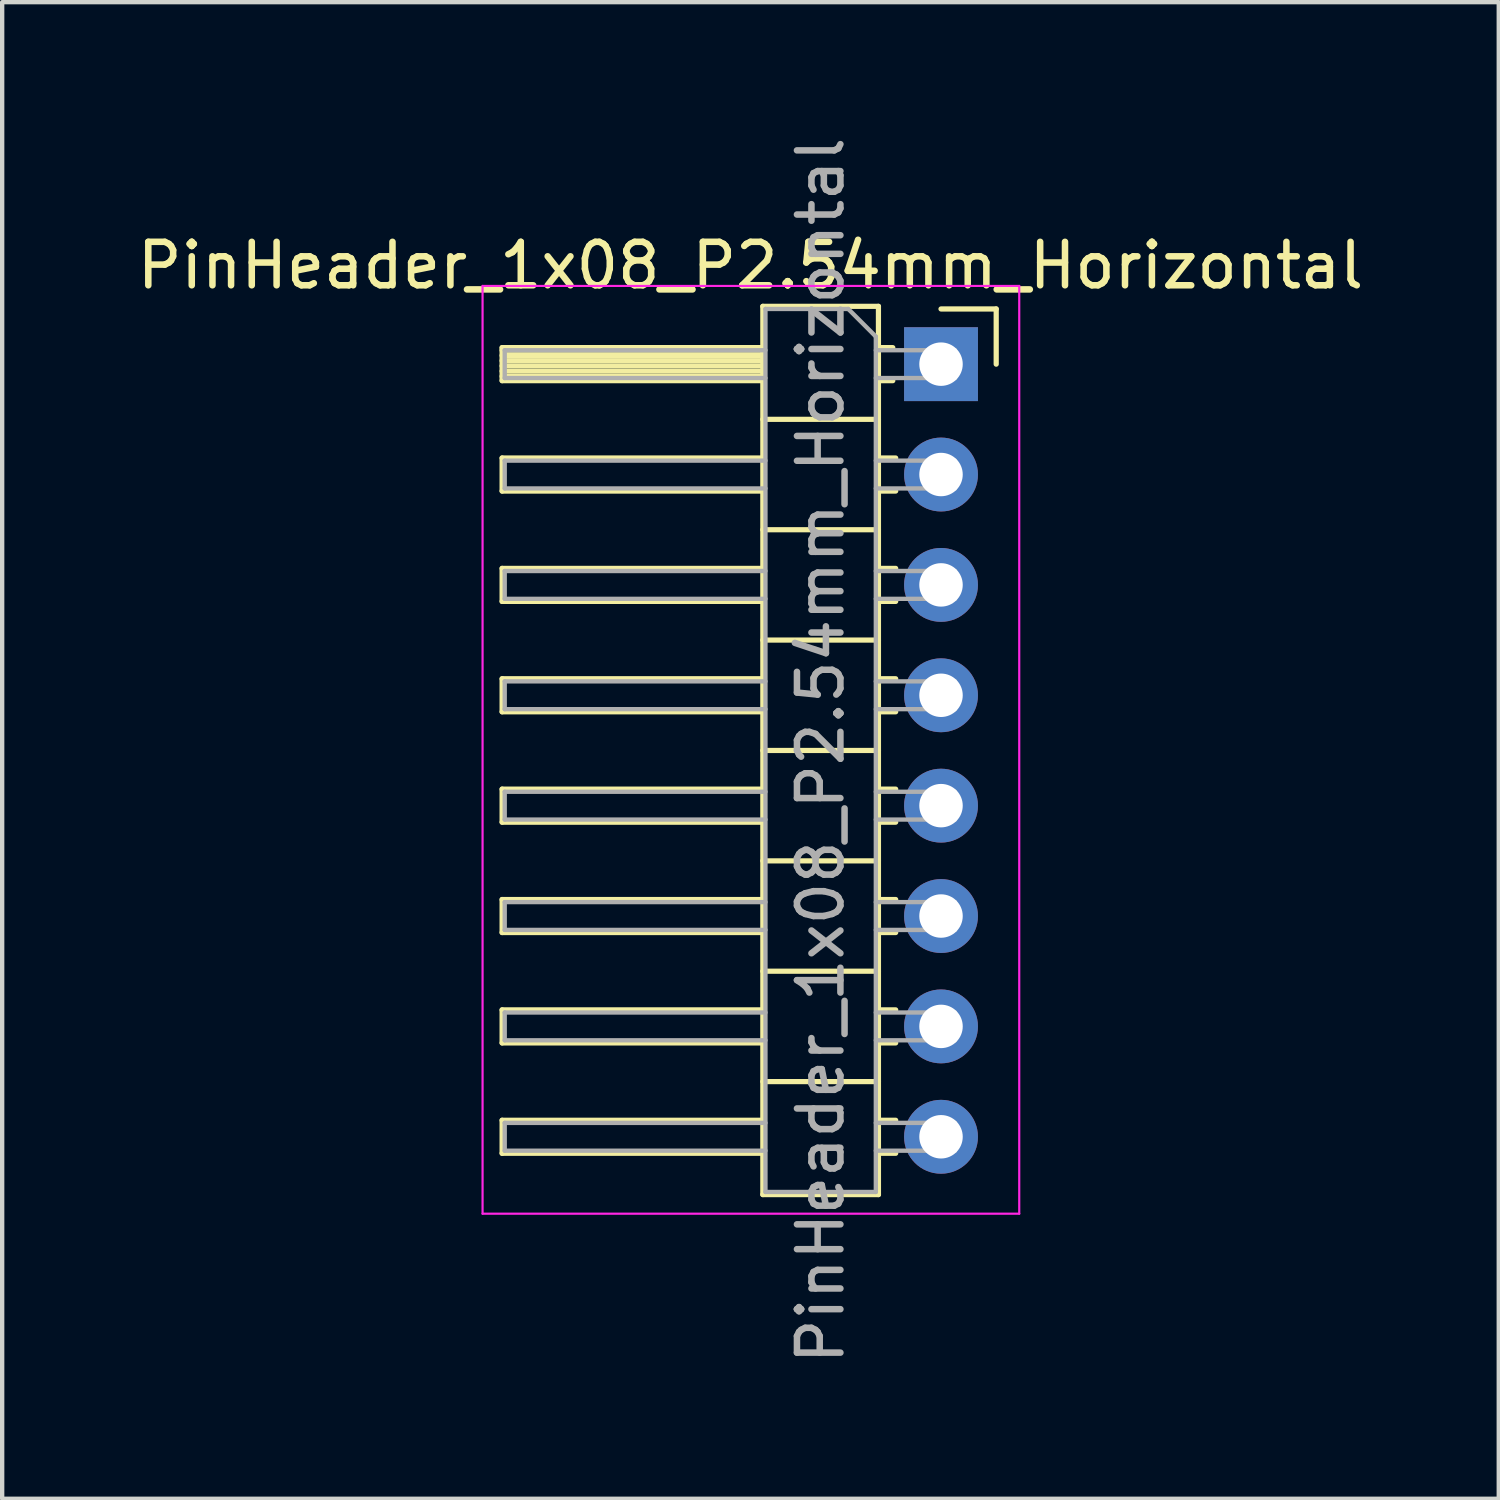
<source format=kicad_pcb>
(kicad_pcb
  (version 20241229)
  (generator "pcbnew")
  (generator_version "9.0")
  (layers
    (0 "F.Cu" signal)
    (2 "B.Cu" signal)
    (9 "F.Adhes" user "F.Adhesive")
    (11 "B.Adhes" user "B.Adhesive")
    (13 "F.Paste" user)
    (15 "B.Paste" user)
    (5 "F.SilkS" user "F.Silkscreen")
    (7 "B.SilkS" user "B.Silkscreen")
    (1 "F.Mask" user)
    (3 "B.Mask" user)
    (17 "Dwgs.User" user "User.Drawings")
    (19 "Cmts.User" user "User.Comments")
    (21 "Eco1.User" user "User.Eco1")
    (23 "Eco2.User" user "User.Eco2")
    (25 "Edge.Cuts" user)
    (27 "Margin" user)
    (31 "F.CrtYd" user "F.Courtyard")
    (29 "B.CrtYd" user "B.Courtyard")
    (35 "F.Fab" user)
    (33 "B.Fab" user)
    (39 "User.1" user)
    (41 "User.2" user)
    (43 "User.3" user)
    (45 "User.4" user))
  (footprint "PinHeader_1x08_P2.54mm_Horizontal"
    (layer "F.Cu")
    (at 18.605 5.33)
    (property "Reference" "PinHeader_1x08_P2.54mm_Horizontal" (at -4.385 -2.27 0) (layer "F.SilkS") (effects (font (size 1 1) (thickness 0.15))))
    (attr through_hole)
    (fp_line (start -10.1 -0.38) (end -10.1 0.38) (stroke (width 0.12) (type solid)) (layer "F.SilkS"))
    (fp_line (start -10.1 0.38) (end -4.1 0.38) (stroke (width 0.12) (type solid)) (layer "F.SilkS"))
    (fp_line (start -10.1 2.16) (end -10.1 2.92) (stroke (width 0.12) (type solid)) (layer "F.SilkS"))
    (fp_line (start -10.1 2.92) (end -4.1 2.92) (stroke (width 0.12) (type solid)) (layer "F.SilkS"))
    (fp_line (start -10.1 4.7) (end -10.1 5.46) (stroke (width 0.12) (type solid)) (layer "F.SilkS"))
    (fp_line (start -10.1 5.46) (end -4.1 5.46) (stroke (width 0.12) (type solid)) (layer "F.SilkS"))
    (fp_line (start -10.1 7.24) (end -10.1 8) (stroke (width 0.12) (type solid)) (layer "F.SilkS"))
    (fp_line (start -10.1 8) (end -4.1 8) (stroke (width 0.12) (type solid)) (layer "F.SilkS"))
    (fp_line (start -10.1 9.78) (end -10.1 10.54) (stroke (width 0.12) (type solid)) (layer "F.SilkS"))
    (fp_line (start -10.1 10.54) (end -4.1 10.54) (stroke (width 0.12) (type solid)) (layer "F.SilkS"))
    (fp_line (start -10.1 12.32) (end -10.1 13.08) (stroke (width 0.12) (type solid)) (layer "F.SilkS"))
    (fp_line (start -10.1 13.08) (end -4.1 13.08) (stroke (width 0.12) (type solid)) (layer "F.SilkS"))
    (fp_line (start -10.1 14.86) (end -10.1 15.62) (stroke (width 0.12) (type solid)) (layer "F.SilkS"))
    (fp_line (start -10.1 15.62) (end -4.1 15.62) (stroke (width 0.12) (type solid)) (layer "F.SilkS"))
    (fp_line (start -10.1 17.4) (end -10.1 18.16) (stroke (width 0.12) (type solid)) (layer "F.SilkS"))
    (fp_line (start -10.1 18.16) (end -4.1 18.16) (stroke (width 0.12) (type solid)) (layer "F.SilkS"))
    (fp_line (start -4.1 -1.33) (end -1.44 -1.33) (stroke (width 0.12) (type solid)) (layer "F.SilkS"))
    (fp_line (start -4.1 -0.38) (end -10.1 -0.38) (stroke (width 0.12) (type solid)) (layer "F.SilkS"))
    (fp_line (start -4.1 -0.32) (end -10.1 -0.32) (stroke (width 0.12) (type solid)) (layer "F.SilkS"))
    (fp_line (start -4.1 -0.2) (end -10.1 -0.2) (stroke (width 0.12) (type solid)) (layer "F.SilkS"))
    (fp_line (start -4.1 -0.08) (end -10.1 -0.08) (stroke (width 0.12) (type solid)) (layer "F.SilkS"))
    (fp_line (start -4.1 0.04) (end -10.1 0.04) (stroke (width 0.12) (type solid)) (layer "F.SilkS"))
    (fp_line (start -4.1 0.16) (end -10.1 0.16) (stroke (width 0.12) (type solid)) (layer "F.SilkS"))
    (fp_line (start -4.1 0.28) (end -10.1 0.28) (stroke (width 0.12) (type solid)) (layer "F.SilkS"))
    (fp_line (start -4.1 2.16) (end -10.1 2.16) (stroke (width 0.12) (type solid)) (layer "F.SilkS"))
    (fp_line (start -4.1 4.7) (end -10.1 4.7) (stroke (width 0.12) (type solid)) (layer "F.SilkS"))
    (fp_line (start -4.1 7.24) (end -10.1 7.24) (stroke (width 0.12) (type solid)) (layer "F.SilkS"))
    (fp_line (start -4.1 9.78) (end -10.1 9.78) (stroke (width 0.12) (type solid)) (layer "F.SilkS"))
    (fp_line (start -4.1 12.32) (end -10.1 12.32) (stroke (width 0.12) (type solid)) (layer "F.SilkS"))
    (fp_line (start -4.1 14.86) (end -10.1 14.86) (stroke (width 0.12) (type solid)) (layer "F.SilkS"))
    (fp_line (start -4.1 17.4) (end -10.1 17.4) (stroke (width 0.12) (type solid)) (layer "F.SilkS"))
    (fp_line (start -4.1 19.11) (end -4.1 -1.33) (stroke (width 0.12) (type solid)) (layer "F.SilkS"))
    (fp_line (start -1.44 -1.33) (end -1.44 19.11) (stroke (width 0.12) (type solid)) (layer "F.SilkS"))
    (fp_line (start -1.44 1.27) (end -4.1 1.27) (stroke (width 0.12) (type solid)) (layer "F.SilkS"))
    (fp_line (start -1.44 3.81) (end -4.1 3.81) (stroke (width 0.12) (type solid)) (layer "F.SilkS"))
    (fp_line (start -1.44 6.35) (end -4.1 6.35) (stroke (width 0.12) (type solid)) (layer "F.SilkS"))
    (fp_line (start -1.44 8.89) (end -4.1 8.89) (stroke (width 0.12) (type solid)) (layer "F.SilkS"))
    (fp_line (start -1.44 11.43) (end -4.1 11.43) (stroke (width 0.12) (type solid)) (layer "F.SilkS"))
    (fp_line (start -1.44 13.97) (end -4.1 13.97) (stroke (width 0.12) (type solid)) (layer "F.SilkS"))
    (fp_line (start -1.44 16.51) (end -4.1 16.51) (stroke (width 0.12) (type solid)) (layer "F.SilkS"))
    (fp_line (start -1.44 19.11) (end -4.1 19.11) (stroke (width 0.12) (type solid)) (layer "F.SilkS"))
    (fp_line (start -1.11 -0.38) (end -1.44 -0.38) (stroke (width 0.12) (type solid)) (layer "F.SilkS"))
    (fp_line (start -1.11 0.38) (end -1.44 0.38) (stroke (width 0.12) (type solid)) (layer "F.SilkS"))
    (fp_line (start -1.043 2.16) (end -1.44 2.16) (stroke (width 0.12) (type solid)) (layer "F.SilkS"))
    (fp_line (start -1.043 2.92) (end -1.44 2.92) (stroke (width 0.12) (type solid)) (layer "F.SilkS"))
    (fp_line (start -1.043 4.7) (end -1.44 4.7) (stroke (width 0.12) (type solid)) (layer "F.SilkS"))
    (fp_line (start -1.043 5.46) (end -1.44 5.46) (stroke (width 0.12) (type solid)) (layer "F.SilkS"))
    (fp_line (start -1.043 7.24) (end -1.44 7.24) (stroke (width 0.12) (type solid)) (layer "F.SilkS"))
    (fp_line (start -1.043 8) (end -1.44 8) (stroke (width 0.12) (type solid)) (layer "F.SilkS"))
    (fp_line (start -1.043 9.78) (end -1.44 9.78) (stroke (width 0.12) (type solid)) (layer "F.SilkS"))
    (fp_line (start -1.043 10.54) (end -1.44 10.54) (stroke (width 0.12) (type solid)) (layer "F.SilkS"))
    (fp_line (start -1.043 12.32) (end -1.44 12.32) (stroke (width 0.12) (type solid)) (layer "F.SilkS"))
    (fp_line (start -1.043 13.08) (end -1.44 13.08) (stroke (width 0.12) (type solid)) (layer "F.SilkS"))
    (fp_line (start -1.043 14.86) (end -1.44 14.86) (stroke (width 0.12) (type solid)) (layer "F.SilkS"))
    (fp_line (start -1.043 15.62) (end -1.44 15.62) (stroke (width 0.12) (type solid)) (layer "F.SilkS"))
    (fp_line (start -1.043 17.4) (end -1.44 17.4) (stroke (width 0.12) (type solid)) (layer "F.SilkS"))
    (fp_line (start -1.043 18.16) (end -1.44 18.16) (stroke (width 0.12) (type solid)) (layer "F.SilkS"))
    (fp_line (start 1.27 -1.27) (end 0 -1.27) (stroke (width 0.12) (type solid)) (layer "F.SilkS"))
    (fp_line (start 1.27 0) (end 1.27 -1.27) (stroke (width 0.12) (type solid)) (layer "F.SilkS"))
    (fp_line (start -10.55 -1.8) (end 1.8 -1.8) (stroke (width 0.05) (type solid)) (layer "F.CrtYd"))
    (fp_line (start -10.55 19.55) (end -10.55 -1.8) (stroke (width 0.05) (type solid)) (layer "F.CrtYd"))
    (fp_line (start 1.8 -1.8) (end 1.8 19.55) (stroke (width 0.05) (type solid)) (layer "F.CrtYd"))
    (fp_line (start 1.8 19.55) (end -10.55 19.55) (stroke (width 0.05) (type solid)) (layer "F.CrtYd"))
    (fp_line (start -10.04 -0.32) (end -10.04 0.32) (stroke (width 0.1) (type solid)) (layer "F.Fab"))
    (fp_line (start -10.04 2.22) (end -10.04 2.86) (stroke (width 0.1) (type solid)) (layer "F.Fab"))
    (fp_line (start -10.04 4.76) (end -10.04 5.4) (stroke (width 0.1) (type solid)) (layer "F.Fab"))
    (fp_line (start -10.04 7.3) (end -10.04 7.94) (stroke (width 0.1) (type solid)) (layer "F.Fab"))
    (fp_line (start -10.04 9.84) (end -10.04 10.48) (stroke (width 0.1) (type solid)) (layer "F.Fab"))
    (fp_line (start -10.04 12.38) (end -10.04 13.02) (stroke (width 0.1) (type solid)) (layer "F.Fab"))
    (fp_line (start -10.04 14.92) (end -10.04 15.56) (stroke (width 0.1) (type solid)) (layer "F.Fab"))
    (fp_line (start -10.04 17.46) (end -10.04 18.1) (stroke (width 0.1) (type solid)) (layer "F.Fab"))
    (fp_line (start -4.04 -1.27) (end -4.04 19.05) (stroke (width 0.1) (type solid)) (layer "F.Fab"))
    (fp_line (start -4.04 -0.32) (end -10.04 -0.32) (stroke (width 0.1) (type solid)) (layer "F.Fab"))
    (fp_line (start -4.04 0.32) (end -10.04 0.32) (stroke (width 0.1) (type solid)) (layer "F.Fab"))
    (fp_line (start -4.04 2.22) (end -10.04 2.22) (stroke (width 0.1) (type solid)) (layer "F.Fab"))
    (fp_line (start -4.04 2.86) (end -10.04 2.86) (stroke (width 0.1) (type solid)) (layer "F.Fab"))
    (fp_line (start -4.04 4.76) (end -10.04 4.76) (stroke (width 0.1) (type solid)) (layer "F.Fab"))
    (fp_line (start -4.04 5.4) (end -10.04 5.4) (stroke (width 0.1) (type solid)) (layer "F.Fab"))
    (fp_line (start -4.04 7.3) (end -10.04 7.3) (stroke (width 0.1) (type solid)) (layer "F.Fab"))
    (fp_line (start -4.04 7.94) (end -10.04 7.94) (stroke (width 0.1) (type solid)) (layer "F.Fab"))
    (fp_line (start -4.04 9.84) (end -10.04 9.84) (stroke (width 0.1) (type solid)) (layer "F.Fab"))
    (fp_line (start -4.04 10.48) (end -10.04 10.48) (stroke (width 0.1) (type solid)) (layer "F.Fab"))
    (fp_line (start -4.04 12.38) (end -10.04 12.38) (stroke (width 0.1) (type solid)) (layer "F.Fab"))
    (fp_line (start -4.04 13.02) (end -10.04 13.02) (stroke (width 0.1) (type solid)) (layer "F.Fab"))
    (fp_line (start -4.04 14.92) (end -10.04 14.92) (stroke (width 0.1) (type solid)) (layer "F.Fab"))
    (fp_line (start -4.04 15.56) (end -10.04 15.56) (stroke (width 0.1) (type solid)) (layer "F.Fab"))
    (fp_line (start -4.04 17.46) (end -10.04 17.46) (stroke (width 0.1) (type solid)) (layer "F.Fab"))
    (fp_line (start -4.04 18.1) (end -10.04 18.1) (stroke (width 0.1) (type solid)) (layer "F.Fab"))
    (fp_line (start -4.04 19.05) (end -1.5 19.05) (stroke (width 0.1) (type solid)) (layer "F.Fab"))
    (fp_line (start -2.135 -1.27) (end -4.04 -1.27) (stroke (width 0.1) (type solid)) (layer "F.Fab"))
    (fp_line (start -1.5 -0.635) (end -2.135 -1.27) (stroke (width 0.1) (type solid)) (layer "F.Fab"))
    (fp_line (start -1.5 19.05) (end -1.5 -0.635) (stroke (width 0.1) (type solid)) (layer "F.Fab"))
    (fp_line (start 0.32 -0.32) (end -1.5 -0.32) (stroke (width 0.1) (type solid)) (layer "F.Fab"))
    (fp_line (start 0.32 -0.32) (end 0.32 0.32) (stroke (width 0.1) (type solid)) (layer "F.Fab"))
    (fp_line (start 0.32 0.32) (end -1.5 0.32) (stroke (width 0.1) (type solid)) (layer "F.Fab"))
    (fp_line (start 0.32 2.22) (end -1.5 2.22) (stroke (width 0.1) (type solid)) (layer "F.Fab"))
    (fp_line (start 0.32 2.22) (end 0.32 2.86) (stroke (width 0.1) (type solid)) (layer "F.Fab"))
    (fp_line (start 0.32 2.86) (end -1.5 2.86) (stroke (width 0.1) (type solid)) (layer "F.Fab"))
    (fp_line (start 0.32 4.76) (end -1.5 4.76) (stroke (width 0.1) (type solid)) (layer "F.Fab"))
    (fp_line (start 0.32 4.76) (end 0.32 5.4) (stroke (width 0.1) (type solid)) (layer "F.Fab"))
    (fp_line (start 0.32 5.4) (end -1.5 5.4) (stroke (width 0.1) (type solid)) (layer "F.Fab"))
    (fp_line (start 0.32 7.3) (end -1.5 7.3) (stroke (width 0.1) (type solid)) (layer "F.Fab"))
    (fp_line (start 0.32 7.3) (end 0.32 7.94) (stroke (width 0.1) (type solid)) (layer "F.Fab"))
    (fp_line (start 0.32 7.94) (end -1.5 7.94) (stroke (width 0.1) (type solid)) (layer "F.Fab"))
    (fp_line (start 0.32 9.84) (end -1.5 9.84) (stroke (width 0.1) (type solid)) (layer "F.Fab"))
    (fp_line (start 0.32 9.84) (end 0.32 10.48) (stroke (width 0.1) (type solid)) (layer "F.Fab"))
    (fp_line (start 0.32 10.48) (end -1.5 10.48) (stroke (width 0.1) (type solid)) (layer "F.Fab"))
    (fp_line (start 0.32 12.38) (end -1.5 12.38) (stroke (width 0.1) (type solid)) (layer "F.Fab"))
    (fp_line (start 0.32 12.38) (end 0.32 13.02) (stroke (width 0.1) (type solid)) (layer "F.Fab"))
    (fp_line (start 0.32 13.02) (end -1.5 13.02) (stroke (width 0.1) (type solid)) (layer "F.Fab"))
    (fp_line (start 0.32 14.92) (end -1.5 14.92) (stroke (width 0.1) (type solid)) (layer "F.Fab"))
    (fp_line (start 0.32 14.92) (end 0.32 15.56) (stroke (width 0.1) (type solid)) (layer "F.Fab"))
    (fp_line (start 0.32 15.56) (end -1.5 15.56) (stroke (width 0.1) (type solid)) (layer "F.Fab"))
    (fp_line (start 0.32 17.46) (end -1.5 17.46) (stroke (width 0.1) (type solid)) (layer "F.Fab"))
    (fp_line (start 0.32 17.46) (end 0.32 18.1) (stroke (width 0.1) (type solid)) (layer "F.Fab"))
    (fp_line (start 0.32 18.1) (end -1.5 18.1) (stroke (width 0.1) (type solid)) (layer "F.Fab"))
    (fp_text user "${REFERENCE}" (at -2.77 8.89 90) (layer "F.Fab") (effects (font (size 1 1) (thickness 0.15))))
    (pad "1" thru_hole rect (at 0 0) (size 1.7 1.7) (drill 1) (layers "*.Cu" "*.Mask"))
    (pad "2" thru_hole oval (at 0 2.54) (size 1.7 1.7) (drill 1) (layers "*.Cu" "*.Mask"))
    (pad "3" thru_hole oval (at 0 5.08) (size 1.7 1.7) (drill 1) (layers "*.Cu" "*.Mask"))
    (pad "4" thru_hole oval (at 0 7.62) (size 1.7 1.7) (drill 1) (layers "*.Cu" "*.Mask"))
    (pad "5" thru_hole oval (at 0 10.16) (size 1.7 1.7) (drill 1) (layers "*.Cu" "*.Mask"))
    (pad "6" thru_hole oval (at 0 12.7) (size 1.7 1.7) (drill 1) (layers "*.Cu" "*.Mask"))
    (pad "7" thru_hole oval (at 0 15.24) (size 1.7 1.7) (drill 1) (layers "*.Cu" "*.Mask"))
    (pad "8" thru_hole oval (at 0 17.78) (size 1.7 1.7) (drill 1) (layers "*.Cu" "*.Mask")))
  (gr_rect
    (start -3 -3)
    (end 31.44 31.44)
    (stroke (width 0.1) (type default))
    (fill no)
    (layer "Edge.Cuts")))
</source>
